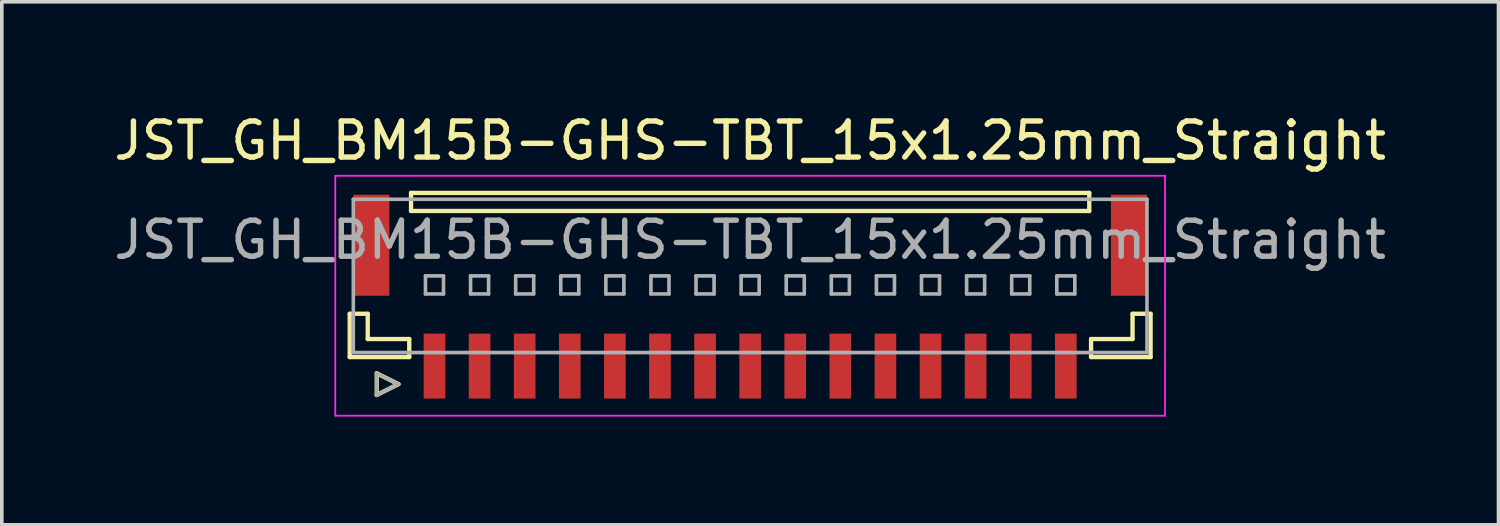
<source format=kicad_pcb>
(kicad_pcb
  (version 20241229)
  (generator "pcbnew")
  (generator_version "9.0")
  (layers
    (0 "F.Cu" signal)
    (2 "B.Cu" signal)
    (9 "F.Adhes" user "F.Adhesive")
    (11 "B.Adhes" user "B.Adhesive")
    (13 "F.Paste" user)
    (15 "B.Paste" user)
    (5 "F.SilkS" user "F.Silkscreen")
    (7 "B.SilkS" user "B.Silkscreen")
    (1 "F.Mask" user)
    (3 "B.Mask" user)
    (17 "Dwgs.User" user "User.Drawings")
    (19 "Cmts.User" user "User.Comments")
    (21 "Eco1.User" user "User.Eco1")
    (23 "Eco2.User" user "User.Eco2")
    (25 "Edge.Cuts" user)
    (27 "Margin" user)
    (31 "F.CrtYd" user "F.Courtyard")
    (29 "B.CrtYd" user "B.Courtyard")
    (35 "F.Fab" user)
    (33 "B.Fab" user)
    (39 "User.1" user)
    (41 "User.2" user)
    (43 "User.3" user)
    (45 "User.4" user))
  (footprint "JST_GH_BM15B-GHS-TBT_15x1.25mm_Straight"
    (layer "F.Cu")
    (at 17.744 5.423)
    (property "Reference" "JST_GH_BM15B-GHS-TBT_15x1.25mm_Straight" (at 0 -4.575 0) (layer "F.SilkS") (effects (font (size 1 1) (thickness 0.15))))
    (attr smd)
    (fp_line (start -11.1 0.225) (end -11.1 1.425) (stroke (width 0.12) (type solid)) (layer "F.SilkS"))
    (fp_line (start -11.1 1.425) (end -9.45 1.425) (stroke (width 0.12) (type solid)) (layer "F.SilkS"))
    (fp_line (start -10.6 0.225) (end -11.1 0.225) (stroke (width 0.12) (type solid)) (layer "F.SilkS"))
    (fp_line (start -10.6 0.925) (end -10.6 0.225) (stroke (width 0.12) (type solid)) (layer "F.SilkS"))
    (fp_line (start -10.35 1.875) (end -9.75 2.175) (stroke (width 0.12) (type solid)) (layer "F.SilkS"))
    (fp_line (start -10.35 2.475) (end -10.35 1.875) (stroke (width 0.12) (type solid)) (layer "F.SilkS"))
    (fp_line (start -9.75 2.175) (end -10.35 2.475) (stroke (width 0.12) (type solid)) (layer "F.SilkS"))
    (fp_line (start -9.45 0.925) (end -10.6 0.925) (stroke (width 0.12) (type solid)) (layer "F.SilkS"))
    (fp_line (start -9.45 1.425) (end -9.45 0.925) (stroke (width 0.12) (type solid)) (layer "F.SilkS"))
    (fp_line (start -9.4 -3.125) (end 9.4 -3.125) (stroke (width 0.12) (type solid)) (layer "F.SilkS"))
    (fp_line (start -9.4 -2.625) (end -9.4 -3.125) (stroke (width 0.12) (type solid)) (layer "F.SilkS"))
    (fp_line (start 9.4 -3.125) (end 9.4 -2.625) (stroke (width 0.12) (type solid)) (layer "F.SilkS"))
    (fp_line (start 9.4 -2.625) (end -9.4 -2.625) (stroke (width 0.12) (type solid)) (layer "F.SilkS"))
    (fp_line (start 9.45 0.925) (end 10.6 0.925) (stroke (width 0.12) (type solid)) (layer "F.SilkS"))
    (fp_line (start 9.45 1.425) (end 9.45 0.925) (stroke (width 0.12) (type solid)) (layer "F.SilkS"))
    (fp_line (start 10.6 0.225) (end 11.1 0.225) (stroke (width 0.12) (type solid)) (layer "F.SilkS"))
    (fp_line (start 10.6 0.925) (end 10.6 0.225) (stroke (width 0.12) (type solid)) (layer "F.SilkS"))
    (fp_line (start 11.1 0.225) (end 11.1 1.425) (stroke (width 0.12) (type solid)) (layer "F.SilkS"))
    (fp_line (start 11.1 1.425) (end 9.45 1.425) (stroke (width 0.12) (type solid)) (layer "F.SilkS"))
    (fp_line (start -11.5 -3.6) (end 11.5 -3.6) (stroke (width 0.05) (type solid)) (layer "F.CrtYd"))
    (fp_line (start -11.5 3.05) (end -11.5 -3.6) (stroke (width 0.05) (type solid)) (layer "F.CrtYd"))
    (fp_line (start 11.5 -3.6) (end 11.5 3.05) (stroke (width 0.05) (type solid)) (layer "F.CrtYd"))
    (fp_line (start 11.5 3.05) (end -11.5 3.05) (stroke (width 0.05) (type solid)) (layer "F.CrtYd"))
    (fp_line (start -11 -2.95) (end 11 -2.95) (stroke (width 0.1) (type solid)) (layer "F.Fab"))
    (fp_line (start -11 1.3) (end -11 -2.95) (stroke (width 0.1) (type solid)) (layer "F.Fab"))
    (fp_line (start -10.35 1.875) (end -9.75 2.175) (stroke (width 0.1) (type solid)) (layer "F.Fab"))
    (fp_line (start -10.35 2.475) (end -10.35 1.875) (stroke (width 0.1) (type solid)) (layer "F.Fab"))
    (fp_line (start -9.75 2.175) (end -10.35 2.475) (stroke (width 0.1) (type solid)) (layer "F.Fab"))
    (fp_line (start -9 -0.825) (end -8.5 -0.825) (stroke (width 0.1) (type solid)) (layer "F.Fab"))
    (fp_line (start -9 -0.325) (end -9 -0.825) (stroke (width 0.1) (type solid)) (layer "F.Fab"))
    (fp_line (start -8.5 -0.825) (end -8.5 -0.325) (stroke (width 0.1) (type solid)) (layer "F.Fab"))
    (fp_line (start -8.5 -0.325) (end -9 -0.325) (stroke (width 0.1) (type solid)) (layer "F.Fab"))
    (fp_line (start -7.75 -0.825) (end -7.25 -0.825) (stroke (width 0.1) (type solid)) (layer "F.Fab"))
    (fp_line (start -7.75 -0.325) (end -7.75 -0.825) (stroke (width 0.1) (type solid)) (layer "F.Fab"))
    (fp_line (start -7.25 -0.825) (end -7.25 -0.325) (stroke (width 0.1) (type solid)) (layer "F.Fab"))
    (fp_line (start -7.25 -0.325) (end -7.75 -0.325) (stroke (width 0.1) (type solid)) (layer "F.Fab"))
    (fp_line (start -6.5 -0.825) (end -6 -0.825) (stroke (width 0.1) (type solid)) (layer "F.Fab"))
    (fp_line (start -6.5 -0.325) (end -6.5 -0.825) (stroke (width 0.1) (type solid)) (layer "F.Fab"))
    (fp_line (start -6 -0.825) (end -6 -0.325) (stroke (width 0.1) (type solid)) (layer "F.Fab"))
    (fp_line (start -6 -0.325) (end -6.5 -0.325) (stroke (width 0.1) (type solid)) (layer "F.Fab"))
    (fp_line (start -5.25 -0.825) (end -4.75 -0.825) (stroke (width 0.1) (type solid)) (layer "F.Fab"))
    (fp_line (start -5.25 -0.325) (end -5.25 -0.825) (stroke (width 0.1) (type solid)) (layer "F.Fab"))
    (fp_line (start -4.75 -0.825) (end -4.75 -0.325) (stroke (width 0.1) (type solid)) (layer "F.Fab"))
    (fp_line (start -4.75 -0.325) (end -5.25 -0.325) (stroke (width 0.1) (type solid)) (layer "F.Fab"))
    (fp_line (start -4 -0.825) (end -3.5 -0.825) (stroke (width 0.1) (type solid)) (layer "F.Fab"))
    (fp_line (start -4 -0.325) (end -4 -0.825) (stroke (width 0.1) (type solid)) (layer "F.Fab"))
    (fp_line (start -3.5 -0.825) (end -3.5 -0.325) (stroke (width 0.1) (type solid)) (layer "F.Fab"))
    (fp_line (start -3.5 -0.325) (end -4 -0.325) (stroke (width 0.1) (type solid)) (layer "F.Fab"))
    (fp_line (start -2.75 -0.825) (end -2.25 -0.825) (stroke (width 0.1) (type solid)) (layer "F.Fab"))
    (fp_line (start -2.75 -0.325) (end -2.75 -0.825) (stroke (width 0.1) (type solid)) (layer "F.Fab"))
    (fp_line (start -2.25 -0.825) (end -2.25 -0.325) (stroke (width 0.1) (type solid)) (layer "F.Fab"))
    (fp_line (start -2.25 -0.325) (end -2.75 -0.325) (stroke (width 0.1) (type solid)) (layer "F.Fab"))
    (fp_line (start -1.5 -0.825) (end -1 -0.825) (stroke (width 0.1) (type solid)) (layer "F.Fab"))
    (fp_line (start -1.5 -0.325) (end -1.5 -0.825) (stroke (width 0.1) (type solid)) (layer "F.Fab"))
    (fp_line (start -1 -0.825) (end -1 -0.325) (stroke (width 0.1) (type solid)) (layer "F.Fab"))
    (fp_line (start -1 -0.325) (end -1.5 -0.325) (stroke (width 0.1) (type solid)) (layer "F.Fab"))
    (fp_line (start -0.25 -0.825) (end 0.25 -0.825) (stroke (width 0.1) (type solid)) (layer "F.Fab"))
    (fp_line (start -0.25 -0.325) (end -0.25 -0.825) (stroke (width 0.1) (type solid)) (layer "F.Fab"))
    (fp_line (start 0.25 -0.825) (end 0.25 -0.325) (stroke (width 0.1) (type solid)) (layer "F.Fab"))
    (fp_line (start 0.25 -0.325) (end -0.25 -0.325) (stroke (width 0.1) (type solid)) (layer "F.Fab"))
    (fp_line (start 1 -0.825) (end 1.5 -0.825) (stroke (width 0.1) (type solid)) (layer "F.Fab"))
    (fp_line (start 1 -0.325) (end 1 -0.825) (stroke (width 0.1) (type solid)) (layer "F.Fab"))
    (fp_line (start 1.5 -0.825) (end 1.5 -0.325) (stroke (width 0.1) (type solid)) (layer "F.Fab"))
    (fp_line (start 1.5 -0.325) (end 1 -0.325) (stroke (width 0.1) (type solid)) (layer "F.Fab"))
    (fp_line (start 2.25 -0.825) (end 2.75 -0.825) (stroke (width 0.1) (type solid)) (layer "F.Fab"))
    (fp_line (start 2.25 -0.325) (end 2.25 -0.825) (stroke (width 0.1) (type solid)) (layer "F.Fab"))
    (fp_line (start 2.75 -0.825) (end 2.75 -0.325) (stroke (width 0.1) (type solid)) (layer "F.Fab"))
    (fp_line (start 2.75 -0.325) (end 2.25 -0.325) (stroke (width 0.1) (type solid)) (layer "F.Fab"))
    (fp_line (start 3.5 -0.825) (end 4 -0.825) (stroke (width 0.1) (type solid)) (layer "F.Fab"))
    (fp_line (start 3.5 -0.325) (end 3.5 -0.825) (stroke (width 0.1) (type solid)) (layer "F.Fab"))
    (fp_line (start 4 -0.825) (end 4 -0.325) (stroke (width 0.1) (type solid)) (layer "F.Fab"))
    (fp_line (start 4 -0.325) (end 3.5 -0.325) (stroke (width 0.1) (type solid)) (layer "F.Fab"))
    (fp_line (start 4.75 -0.825) (end 5.25 -0.825) (stroke (width 0.1) (type solid)) (layer "F.Fab"))
    (fp_line (start 4.75 -0.325) (end 4.75 -0.825) (stroke (width 0.1) (type solid)) (layer "F.Fab"))
    (fp_line (start 5.25 -0.825) (end 5.25 -0.325) (stroke (width 0.1) (type solid)) (layer "F.Fab"))
    (fp_line (start 5.25 -0.325) (end 4.75 -0.325) (stroke (width 0.1) (type solid)) (layer "F.Fab"))
    (fp_line (start 6 -0.825) (end 6.5 -0.825) (stroke (width 0.1) (type solid)) (layer "F.Fab"))
    (fp_line (start 6 -0.325) (end 6 -0.825) (stroke (width 0.1) (type solid)) (layer "F.Fab"))
    (fp_line (start 6.5 -0.825) (end 6.5 -0.325) (stroke (width 0.1) (type solid)) (layer "F.Fab"))
    (fp_line (start 6.5 -0.325) (end 6 -0.325) (stroke (width 0.1) (type solid)) (layer "F.Fab"))
    (fp_line (start 7.25 -0.825) (end 7.75 -0.825) (stroke (width 0.1) (type solid)) (layer "F.Fab"))
    (fp_line (start 7.25 -0.325) (end 7.25 -0.825) (stroke (width 0.1) (type solid)) (layer "F.Fab"))
    (fp_line (start 7.75 -0.825) (end 7.75 -0.325) (stroke (width 0.1) (type solid)) (layer "F.Fab"))
    (fp_line (start 7.75 -0.325) (end 7.25 -0.325) (stroke (width 0.1) (type solid)) (layer "F.Fab"))
    (fp_line (start 8.5 -0.825) (end 9 -0.825) (stroke (width 0.1) (type solid)) (layer "F.Fab"))
    (fp_line (start 8.5 -0.325) (end 8.5 -0.825) (stroke (width 0.1) (type solid)) (layer "F.Fab"))
    (fp_line (start 9 -0.825) (end 9 -0.325) (stroke (width 0.1) (type solid)) (layer "F.Fab"))
    (fp_line (start 9 -0.325) (end 8.5 -0.325) (stroke (width 0.1) (type solid)) (layer "F.Fab"))
    (fp_line (start 11 -2.95) (end 11 1.3) (stroke (width 0.1) (type solid)) (layer "F.Fab"))
    (fp_line (start 11 1.3) (end -11 1.3) (stroke (width 0.1) (type solid)) (layer "F.Fab"))
    (fp_text user "${REFERENCE}" (at 0 -1.825 0) (layer "F.Fab") (effects (font (size 1 1) (thickness 0.15))))
    (pad "" smd rect (at -10.5 -1.675) (size 1 2.8) (layers "F.Cu" "F.Mask" "F.Paste"))
    (pad "" smd rect (at 10.5 -1.675) (size 1 2.8) (layers "F.Cu" "F.Mask" "F.Paste"))
    (pad "1" smd rect (at -8.75 1.675) (size 0.6 1.8) (layers "F.Cu" "F.Mask" "F.Paste"))
    (pad "2" smd rect (at -7.5 1.675) (size 0.6 1.8) (layers "F.Cu" "F.Mask" "F.Paste"))
    (pad "3" smd rect (at -6.25 1.675) (size 0.6 1.8) (layers "F.Cu" "F.Mask" "F.Paste"))
    (pad "4" smd rect (at -5 1.675) (size 0.6 1.8) (layers "F.Cu" "F.Mask" "F.Paste"))
    (pad "5" smd rect (at -3.75 1.675) (size 0.6 1.8) (layers "F.Cu" "F.Mask" "F.Paste"))
    (pad "6" smd rect (at -2.5 1.675) (size 0.6 1.8) (layers "F.Cu" "F.Mask" "F.Paste"))
    (pad "7" smd rect (at -1.25 1.675) (size 0.6 1.8) (layers "F.Cu" "F.Mask" "F.Paste"))
    (pad "8" smd rect (at 0 1.675) (size 0.6 1.8) (layers "F.Cu" "F.Mask" "F.Paste"))
    (pad "9" smd rect (at 1.25 1.675) (size 0.6 1.8) (layers "F.Cu" "F.Mask" "F.Paste"))
    (pad "10" smd rect (at 2.5 1.675) (size 0.6 1.8) (layers "F.Cu" "F.Mask" "F.Paste"))
    (pad "11" smd rect (at 3.75 1.675) (size 0.6 1.8) (layers "F.Cu" "F.Mask" "F.Paste"))
    (pad "12" smd rect (at 5 1.675) (size 0.6 1.8) (layers "F.Cu" "F.Mask" "F.Paste"))
    (pad "13" smd rect (at 6.25 1.675) (size 0.6 1.8) (layers "F.Cu" "F.Mask" "F.Paste"))
    (pad "14" smd rect (at 7.5 1.675) (size 0.6 1.8) (layers "F.Cu" "F.Mask" "F.Paste"))
    (pad "15" smd rect (at 8.75 1.675) (size 0.6 1.8) (layers "F.Cu" "F.Mask" "F.Paste")))
  (gr_rect
    (start -3 -3)
    (end 38.488 11.498)
    (stroke (width 0.1) (type default))
    (fill no)
    (layer "Edge.Cuts")))
</source>
